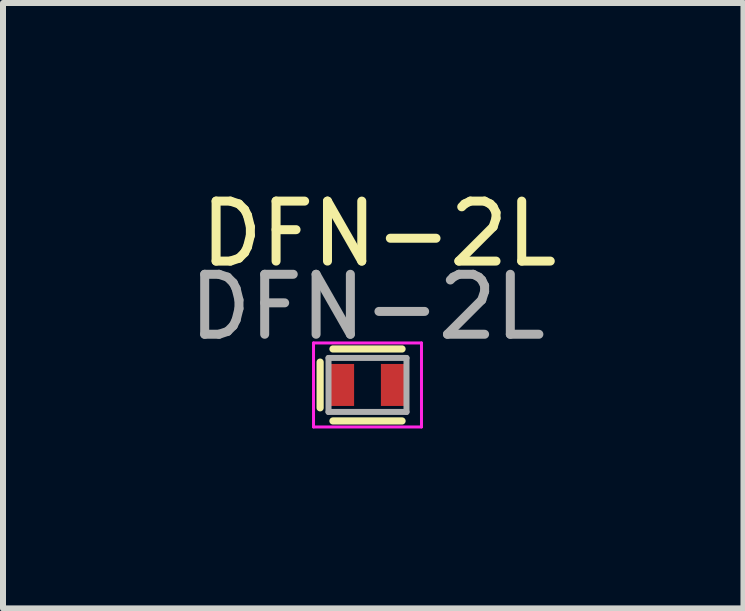
<source format=kicad_pcb>
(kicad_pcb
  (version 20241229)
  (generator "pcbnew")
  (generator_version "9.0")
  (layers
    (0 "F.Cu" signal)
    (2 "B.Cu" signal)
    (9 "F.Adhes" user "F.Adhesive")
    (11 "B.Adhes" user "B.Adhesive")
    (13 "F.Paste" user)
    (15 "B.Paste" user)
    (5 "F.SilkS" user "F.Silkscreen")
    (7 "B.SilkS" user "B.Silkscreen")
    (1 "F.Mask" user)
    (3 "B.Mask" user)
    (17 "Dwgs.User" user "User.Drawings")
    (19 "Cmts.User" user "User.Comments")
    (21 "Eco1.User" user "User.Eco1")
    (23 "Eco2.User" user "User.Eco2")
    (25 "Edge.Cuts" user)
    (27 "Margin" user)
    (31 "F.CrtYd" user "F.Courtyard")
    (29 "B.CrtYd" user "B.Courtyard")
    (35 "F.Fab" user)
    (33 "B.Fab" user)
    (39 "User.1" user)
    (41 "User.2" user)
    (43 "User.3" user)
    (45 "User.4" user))
  (footprint "DFN-2L"
    (layer "F.Cu")
    (at 3.077 3.368)
    (property "Reference" "DFN-2L" (at 0.19 -2.52 0) (layer "F.SilkS") (effects (font (size 1 1) (thickness 0.15))))
    (attr smd)
    (fp_line (start -0.79 -0.381) (end -0.79 0.381) (stroke (width 0.12) (type solid)) (layer "F.SilkS"))
    (fp_line (start 0.576 -0.6) (end -0.576 -0.6) (stroke (width 0.12) (type solid)) (layer "F.SilkS"))
    (fp_line (start 0.576 0.6) (end -0.576 0.6) (stroke (width 0.12) (type solid)) (layer "F.SilkS"))
    (fp_line (start -0.9 -0.7) (end 0.9 -0.7) (stroke (width 0.05) (type solid)) (layer "F.CrtYd"))
    (fp_line (start -0.9 0.7) (end -0.9 -0.7) (stroke (width 0.05) (type solid)) (layer "F.CrtYd"))
    (fp_line (start 0.9 -0.7) (end 0.9 0.7) (stroke (width 0.05) (type solid)) (layer "F.CrtYd"))
    (fp_line (start 0.9 0.7) (end -0.9 0.7) (stroke (width 0.05) (type solid)) (layer "F.CrtYd"))
    (fp_line (start -0.65 -0.45) (end 0.65 -0.45) (stroke (width 0.1) (type solid)) (layer "F.Fab"))
    (fp_line (start -0.65 0.45) (end -0.65 -0.45) (stroke (width 0.1) (type solid)) (layer "F.Fab"))
    (fp_line (start 0.65 -0.45) (end 0.65 0.45) (stroke (width 0.1) (type solid)) (layer "F.Fab"))
    (fp_line (start 0.65 0.45) (end -0.65 0.45) (stroke (width 0.1) (type solid)) (layer "F.Fab"))
    (fp_text user "${REFERENCE}" (at 0 -1.3 0) (layer "F.Fab") (effects (font (size 1 1) (thickness 0.15))))
    (pad "1" smd rect (at -0.436 0 180) (size 0.425 0.7) (layers "F.Cu" "F.Mask" "F.Paste"))
    (pad "2" smd rect (at 0.436 0 180) (size 0.425 0.7) (layers "F.Cu" "F.Mask" "F.Paste")))
  (gr_rect
    (start -3 -3)
    (end 9.345 7.093)
    (stroke (width 0.1) (type default))
    (fill no)
    (layer "Edge.Cuts")))
</source>
